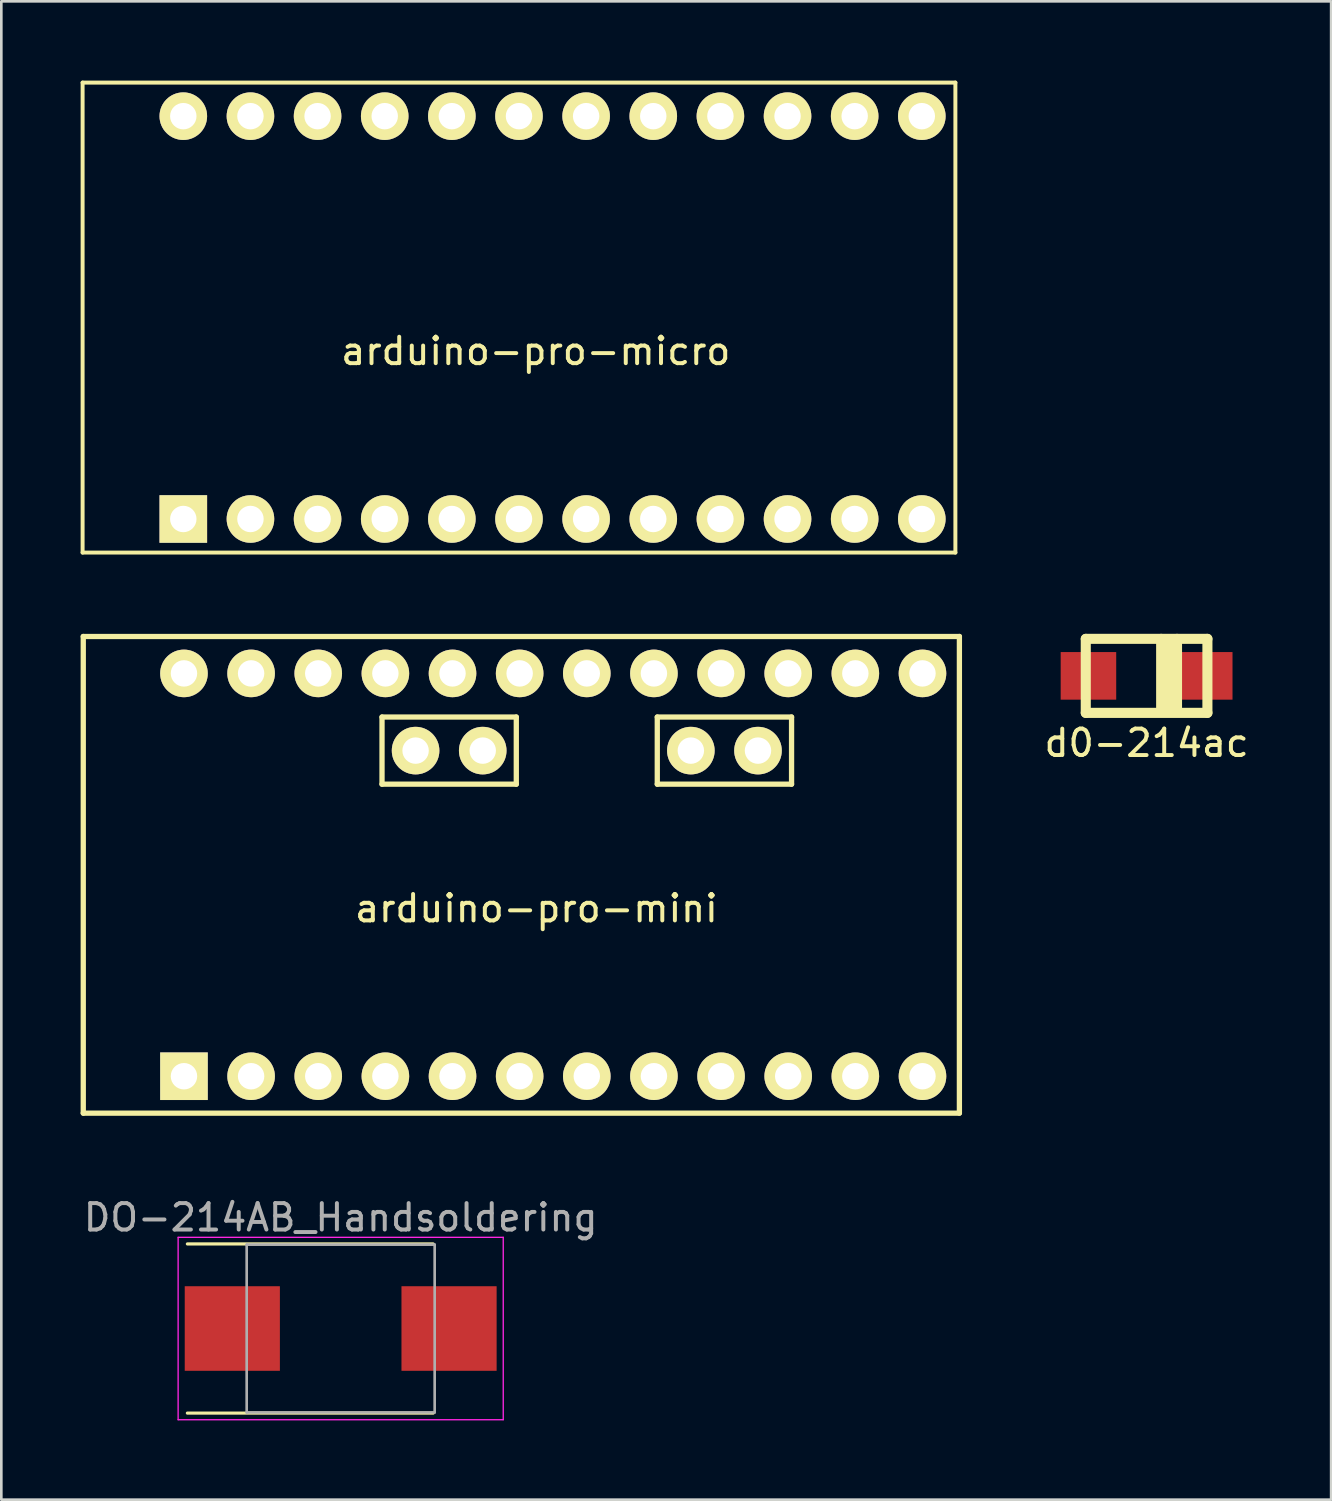
<source format=kicad_pcb>
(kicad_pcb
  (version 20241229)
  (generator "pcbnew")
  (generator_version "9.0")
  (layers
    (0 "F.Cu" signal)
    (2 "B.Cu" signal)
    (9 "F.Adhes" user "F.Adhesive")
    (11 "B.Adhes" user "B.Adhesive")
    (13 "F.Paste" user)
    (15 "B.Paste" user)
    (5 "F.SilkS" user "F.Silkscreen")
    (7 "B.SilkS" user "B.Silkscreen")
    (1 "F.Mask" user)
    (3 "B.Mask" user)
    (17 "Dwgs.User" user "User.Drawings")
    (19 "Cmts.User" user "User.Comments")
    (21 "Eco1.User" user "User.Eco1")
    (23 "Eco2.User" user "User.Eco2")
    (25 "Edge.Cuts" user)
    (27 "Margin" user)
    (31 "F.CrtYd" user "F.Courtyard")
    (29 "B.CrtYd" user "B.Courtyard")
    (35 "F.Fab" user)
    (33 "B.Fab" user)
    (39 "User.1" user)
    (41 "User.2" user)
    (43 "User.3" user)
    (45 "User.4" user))
  (footprint "arduino-pro-micro"
    (layer "F.Cu")
    (at 16.585 8.965)
    (property "Reference" "arduino-pro-micro" (at 0.635 1.27 0) (layer "F.SilkS") (effects (font (size 1 1) (thickness 0.15))))
    (attr through_hole)
    (fp_line (start -16.51 -8.89) (end -16.51 8.89) (stroke (width 0.15) (type solid)) (layer "F.SilkS"))
    (fp_line (start -16.51 8.89) (end 16.51 8.89) (stroke (width 0.15) (type solid)) (layer "F.SilkS"))
    (fp_line (start 16.51 -8.89) (end -16.51 -8.89) (stroke (width 0.15) (type solid)) (layer "F.SilkS"))
    (fp_line (start 16.51 -8.89) (end 16.51 8.89) (stroke (width 0.15) (type solid)) (layer "F.SilkS"))
    (pad "1" thru_hole rect (at -12.7 7.62) (size 1.8 1.8) (drill 1) (layers "*.Cu" "*.Mask" "F.SilkS"))
    (pad "2" thru_hole circle (at -10.16 7.62) (size 1.8 1.8) (drill 1) (layers "*.Cu" "*.Mask" "F.SilkS"))
    (pad "3" thru_hole circle (at -7.62 7.62) (size 1.8 1.8) (drill 1) (layers "*.Cu" "*.Mask" "F.SilkS"))
    (pad "4" thru_hole circle (at -5.08 7.62) (size 1.8 1.8) (drill 1) (layers "*.Cu" "*.Mask" "F.SilkS"))
    (pad "5" thru_hole circle (at -2.54 7.62) (size 1.8 1.8) (drill 1) (layers "*.Cu" "*.Mask" "F.SilkS"))
    (pad "6" thru_hole circle (at 0 7.62) (size 1.8 1.8) (drill 1) (layers "*.Cu" "*.Mask" "F.SilkS"))
    (pad "7" thru_hole circle (at 2.54 7.62) (size 1.8 1.8) (drill 1) (layers "*.Cu" "*.Mask" "F.SilkS"))
    (pad "8" thru_hole circle (at 5.08 7.62) (size 1.8 1.8) (drill 1) (layers "*.Cu" "*.Mask" "F.SilkS"))
    (pad "9" thru_hole circle (at 7.62 7.62) (size 1.8 1.8) (drill 1) (layers "*.Cu" "*.Mask" "F.SilkS"))
    (pad "10" thru_hole circle (at 10.16 7.62) (size 1.8 1.8) (drill 1) (layers "*.Cu" "*.Mask" "F.SilkS"))
    (pad "11" thru_hole circle (at 12.7 7.62) (size 1.8 1.8) (drill 1) (layers "*.Cu" "*.Mask" "F.SilkS"))
    (pad "12" thru_hole circle (at 15.24 7.62) (size 1.8 1.8) (drill 1) (layers "*.Cu" "*.Mask" "F.SilkS"))
    (pad "13" thru_hole circle (at 15.24 -7.62) (size 1.8 1.8) (drill 1) (layers "*.Cu" "*.Mask" "F.SilkS"))
    (pad "14" thru_hole circle (at 12.7 -7.62) (size 1.8 1.8) (drill 1) (layers "*.Cu" "*.Mask" "F.SilkS"))
    (pad "15" thru_hole circle (at 10.16 -7.62) (size 1.8 1.8) (drill 1) (layers "*.Cu" "*.Mask" "F.SilkS"))
    (pad "16" thru_hole circle (at 7.62 -7.62) (size 1.8 1.8) (drill 1) (layers "*.Cu" "*.Mask" "F.SilkS"))
    (pad "17" thru_hole circle (at 5.08 -7.62) (size 1.8 1.8) (drill 1) (layers "*.Cu" "*.Mask" "F.SilkS"))
    (pad "18" thru_hole circle (at 2.54 -7.62) (size 1.8 1.8) (drill 1) (layers "*.Cu" "*.Mask" "F.SilkS"))
    (pad "19" thru_hole circle (at 0 -7.62) (size 1.8 1.8) (drill 1) (layers "*.Cu" "*.Mask" "F.SilkS"))
    (pad "20" thru_hole circle (at -2.54 -7.62) (size 1.8 1.8) (drill 1) (layers "*.Cu" "*.Mask" "F.SilkS"))
    (pad "21" thru_hole circle (at -5.08 -7.62) (size 1.8 1.8) (drill 1) (layers "*.Cu" "*.Mask" "F.SilkS"))
    (pad "22" thru_hole circle (at -7.62 -7.62) (size 1.8 1.8) (drill 1) (layers "*.Cu" "*.Mask" "F.SilkS"))
    (pad "23" thru_hole circle (at -10.16 -7.62) (size 1.8 1.8) (drill 1) (layers "*.Cu" "*.Mask" "F.SilkS"))
    (pad "24" thru_hole circle (at -12.7 -7.62) (size 1.8 1.8) (drill 1) (layers "*.Cu" "*.Mask" "F.SilkS")))
  (footprint "arduino-pro-mini"
    (layer "F.Cu")
    (at 16.61 30.047)
    (property "Reference" "arduino-pro-mini" (at 0.635 1.27 0) (layer "F.SilkS") (effects (font (size 1 1) (thickness 0.15))))
    (attr through_hole)
    (fp_line (start -16.51 -9.017) (end -16.51 9.017) (stroke (width 0.2) (type solid)) (layer "F.SilkS"))
    (fp_line (start -16.51 9.017) (end 16.637 9.017) (stroke (width 0.2) (type solid)) (layer "F.SilkS"))
    (fp_line (start -5.207 -5.969) (end -0.127 -5.969) (stroke (width 0.2) (type solid)) (layer "F.SilkS"))
    (fp_line (start -5.207 -3.429) (end -5.207 -5.969) (stroke (width 0.2) (type solid)) (layer "F.SilkS"))
    (fp_line (start -0.127 -5.969) (end -0.127 -3.429) (stroke (width 0.2) (type solid)) (layer "F.SilkS"))
    (fp_line (start -0.127 -3.429) (end -5.207 -3.429) (stroke (width 0.2) (type solid)) (layer "F.SilkS"))
    (fp_line (start 5.207 -5.969) (end 10.287 -5.969) (stroke (width 0.2) (type solid)) (layer "F.SilkS"))
    (fp_line (start 5.207 -3.429) (end 5.207 -5.969) (stroke (width 0.2) (type solid)) (layer "F.SilkS"))
    (fp_line (start 10.287 -5.969) (end 10.287 -3.429) (stroke (width 0.2) (type solid)) (layer "F.SilkS"))
    (fp_line (start 10.287 -3.429) (end 5.207 -3.429) (stroke (width 0.2) (type solid)) (layer "F.SilkS"))
    (fp_line (start 16.637 -9.017) (end -16.51 -9.017) (stroke (width 0.2) (type solid)) (layer "F.SilkS"))
    (fp_line (start 16.637 -9.017) (end 16.637 9.017) (stroke (width 0.2) (type solid)) (layer "F.SilkS"))
    (pad "1" thru_hole rect (at -12.7 7.62) (size 1.8 1.8) (drill 1) (layers "*.Cu" "*.Mask" "F.SilkS"))
    (pad "2" thru_hole circle (at -10.16 7.62) (size 1.8 1.8) (drill 1) (layers "*.Cu" "*.Mask" "F.SilkS"))
    (pad "3" thru_hole circle (at -7.62 7.62) (size 1.8 1.8) (drill 1) (layers "*.Cu" "*.Mask" "F.SilkS"))
    (pad "4" thru_hole circle (at -5.08 7.62) (size 1.8 1.8) (drill 1) (layers "*.Cu" "*.Mask" "F.SilkS"))
    (pad "5" thru_hole circle (at -2.54 7.62) (size 1.8 1.8) (drill 1) (layers "*.Cu" "*.Mask" "F.SilkS"))
    (pad "6" thru_hole circle (at 0 7.62) (size 1.8 1.8) (drill 1) (layers "*.Cu" "*.Mask" "F.SilkS"))
    (pad "7" thru_hole circle (at 2.54 7.62) (size 1.8 1.8) (drill 1) (layers "*.Cu" "*.Mask" "F.SilkS"))
    (pad "8" thru_hole circle (at 5.08 7.62) (size 1.8 1.8) (drill 1) (layers "*.Cu" "*.Mask" "F.SilkS"))
    (pad "9" thru_hole circle (at 7.62 7.62) (size 1.8 1.8) (drill 1) (layers "*.Cu" "*.Mask" "F.SilkS"))
    (pad "10" thru_hole circle (at 10.16 7.62) (size 1.8 1.8) (drill 1) (layers "*.Cu" "*.Mask" "F.SilkS"))
    (pad "11" thru_hole circle (at 12.7 7.62) (size 1.8 1.8) (drill 1) (layers "*.Cu" "*.Mask" "F.SilkS"))
    (pad "12" thru_hole circle (at 15.24 7.62) (size 1.8 1.8) (drill 1) (layers "*.Cu" "*.Mask" "F.SilkS"))
    (pad "13" thru_hole circle (at 15.24 -7.62) (size 1.8 1.8) (drill 1) (layers "*.Cu" "*.Mask" "F.SilkS"))
    (pad "14" thru_hole circle (at 12.7 -7.62) (size 1.8 1.8) (drill 1) (layers "*.Cu" "*.Mask" "F.SilkS"))
    (pad "15" thru_hole circle (at 10.16 -7.62) (size 1.8 1.8) (drill 1) (layers "*.Cu" "*.Mask" "F.SilkS"))
    (pad "16" thru_hole circle (at 7.62 -7.62) (size 1.8 1.8) (drill 1) (layers "*.Cu" "*.Mask" "F.SilkS"))
    (pad "17" thru_hole circle (at 9.017 -4.699) (size 1.8 1.8) (drill 1) (layers "*.Cu" "*.Mask" "F.SilkS"))
    (pad "18" thru_hole circle (at 6.477 -4.699) (size 1.8 1.8) (drill 1) (layers "*.Cu" "*.Mask" "F.SilkS"))
    (pad "19" thru_hole circle (at 5.08 -7.62) (size 1.8 1.8) (drill 1) (layers "*.Cu" "*.Mask" "F.SilkS"))
    (pad "20" thru_hole circle (at 2.54 -7.62) (size 1.8 1.8) (drill 1) (layers "*.Cu" "*.Mask" "F.SilkS"))
    (pad "21" thru_hole circle (at 0 -7.62) (size 1.8 1.8) (drill 1) (layers "*.Cu" "*.Mask" "F.SilkS"))
    (pad "22" thru_hole circle (at -2.54 -7.62) (size 1.8 1.8) (drill 1) (layers "*.Cu" "*.Mask" "F.SilkS"))
    (pad "23" thru_hole circle (at -1.397 -4.699) (size 1.8 1.8) (drill 1) (layers "*.Cu" "*.Mask" "F.SilkS"))
    (pad "24" thru_hole circle (at -3.937 -4.699) (size 1.8 1.8) (drill 1) (layers "*.Cu" "*.Mask" "F.SilkS"))
    (pad "25" thru_hole circle (at -5.08 -7.62) (size 1.8 1.8) (drill 1) (layers "*.Cu" "*.Mask" "F.SilkS"))
    (pad "26" thru_hole circle (at -7.62 -7.62) (size 1.8 1.8) (drill 1) (layers "*.Cu" "*.Mask" "F.SilkS"))
    (pad "27" thru_hole circle (at -10.16 -7.62) (size 1.8 1.8) (drill 1) (layers "*.Cu" "*.Mask" "F.SilkS"))
    (pad "28" thru_hole circle (at -12.7 -7.62) (size 1.8 1.8) (drill 1) (layers "*.Cu" "*.Mask" "F.SilkS")))
  (footprint "DO-214AB_Handsoldering"
    (layer "F.Cu")
    (at 9.839 47.212)
    (property "Reference" "DO-214AB_Handsoldering" (at 0 -4.2 0) (layer "F.Fab") (effects (font (size 1 1) (thickness 0.15))))
    (attr smd)
    (fp_line (start -5.8 -3.2) (end 3.5 -3.2) (stroke (width 0.12) (type solid)) (layer "F.SilkS"))
    (fp_line (start 3.5 3.2) (end -5.8 3.2) (stroke (width 0.12) (type solid)) (layer "F.SilkS"))
    (fp_line (start -6.15 -3.45) (end 6.15 -3.45) (stroke (width 0.05) (type solid)) (layer "F.CrtYd"))
    (fp_line (start -6.15 3.45) (end -6.15 -3.45) (stroke (width 0.05) (type solid)) (layer "F.CrtYd"))
    (fp_line (start 6.15 -3.45) (end 6.15 3.45) (stroke (width 0.05) (type solid)) (layer "F.CrtYd"))
    (fp_line (start 6.15 3.45) (end -6.15 3.45) (stroke (width 0.05) (type solid)) (layer "F.CrtYd"))
    (fp_line (start -3.556 -3.175) (end -3.556 3.175) (stroke (width 0.1) (type solid)) (layer "F.Fab"))
    (fp_line (start -3.556 -3.175) (end 3.556 -3.175) (stroke (width 0.1) (type solid)) (layer "F.Fab"))
    (fp_line (start 3.556 -3.175) (end 3.556 3.175) (stroke (width 0.1) (type solid)) (layer "F.Fab"))
    (fp_line (start 3.556 3.175) (end -3.556 3.175) (stroke (width 0.1) (type solid)) (layer "F.Fab"))
    (pad "1" smd rect (at -4.1 0) (size 3.6 3.2) (layers "F.Cu" "F.Mask" "F.Paste"))
    (pad "2" smd rect (at 4.1 0) (size 3.6 3.2) (layers "F.Cu" "F.Mask" "F.Paste")))
  (footprint "d0-214ac"
    (layer "F.Cu")
    (at 40.329 22.52)
    (property "Reference" "d0-214ac" (at 0 2.54 0) (layer "F.SilkS") (effects (font (size 1 1) (thickness 0.15))))
    (attr through_hole)
    (fp_line (start -2.301 -1.4) (end -2.301 1.4) (stroke (width 0.381) (type solid)) (layer "F.SilkS"))
    (fp_line (start -2.301 1.4) (end 2.301 1.4) (stroke (width 0.381) (type solid)) (layer "F.SilkS"))
    (fp_line (start 0.551 -1.4) (end 0.551 1.3) (stroke (width 0.381) (type solid)) (layer "F.SilkS"))
    (fp_line (start 0.851 -1.349) (end 0.851 1.3) (stroke (width 0.381) (type solid)) (layer "F.SilkS"))
    (fp_line (start 1.151 -1.4) (end 1.151 1.349) (stroke (width 0.381) (type solid)) (layer "F.SilkS"))
    (fp_line (start 2.301 -1.4) (end -2.301 -1.4) (stroke (width 0.381) (type solid)) (layer "F.SilkS"))
    (fp_line (start 2.301 1.4) (end 2.301 -1.4) (stroke (width 0.381) (type solid)) (layer "F.SilkS"))
    (pad "1" smd rect (at 2.2 0) (size 2.101 1.801) (layers "F.Cu" "F.Mask" "F.Paste"))
    (pad "2" smd rect (at -2.2 0) (size 2.101 1.801) (layers "F.Cu" "F.Mask" "F.Paste")))
  (gr_rect
    (start -3 -3)
    (end 47.311 53.687)
    (stroke (width 0.1) (type default))
    (fill no)
    (layer "Edge.Cuts")))
</source>
